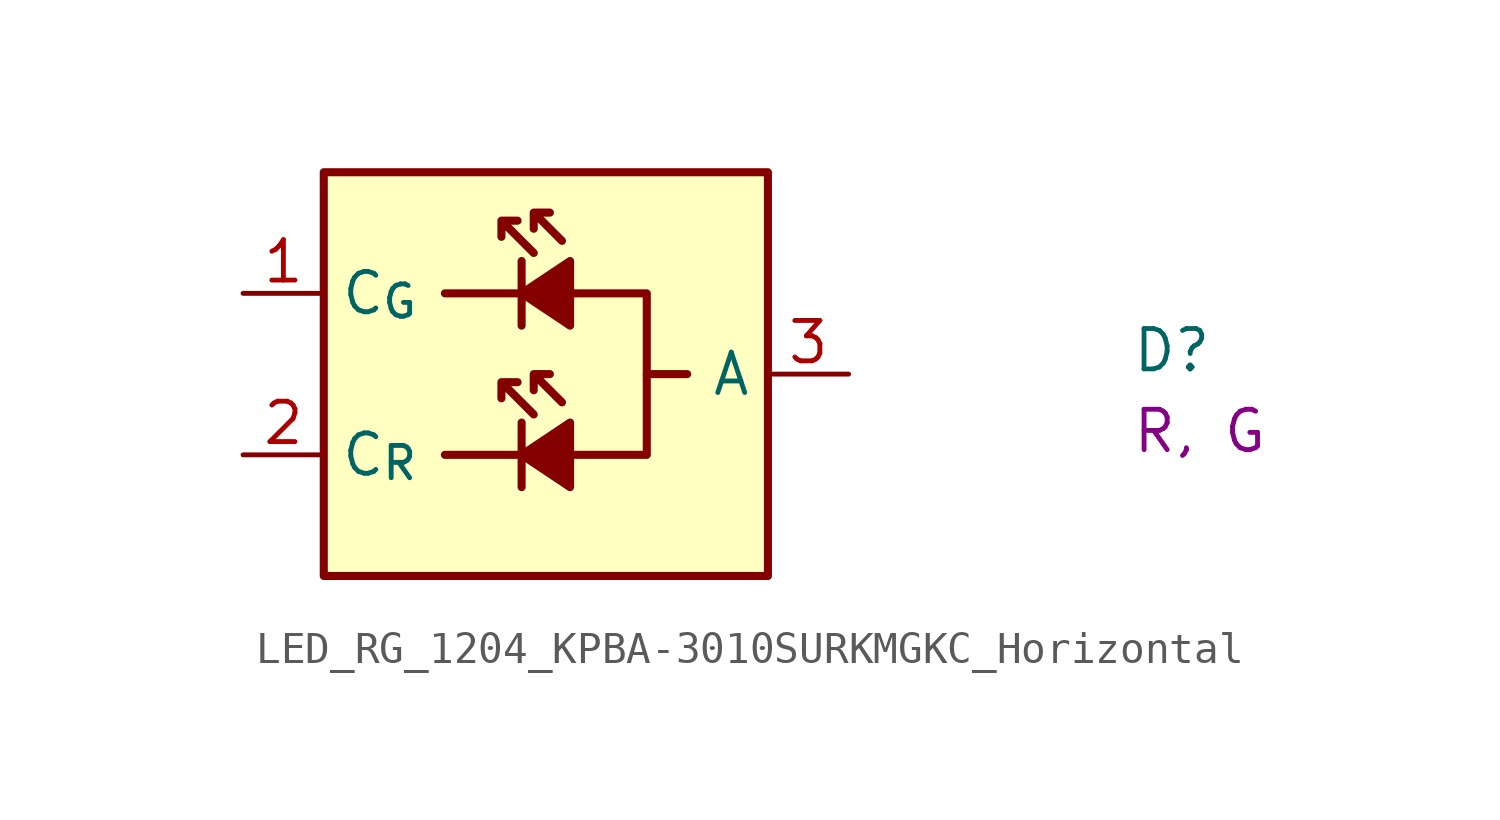
<source format=kicad_sym>
(kicad_symbol_lib
  (version 20220914)
  (generator kicad_symbol_editor)
  (symbol "LED_RG_1204_KPBA-3010SURKMGKC_Horizontal"
    (property "Reference" "D"
      (at 27.94 -2.54 0)
      (effects (font (size 1.27 1.27) (thickness 0.15)) (justify left bottom)))
    (property "Color" "R, G"
      (at 27.94 -5.08 0)
      (effects (font (size 1.27 1.27)) (justify left bottom)))
    (symbol "LED_RG_1204_KPBA-3010SURKMGKC_Horizontal_1_1"
      (polyline (pts (xy 6.35 -5.08) (xy 8.89 -5.08)) (stroke (width 0.254) (type default)) (fill (type none)))
      (polyline (pts (xy 6.35 0) (xy 8.89 0)) (stroke (width 0.254) (type default)) (fill (type none)))
      (polyline (pts (xy 8.763 -4.064) (xy 8.763 -6.096)) (stroke (width 0.254) (type default)) (fill (type none)))
      (polyline (pts (xy 8.763 1.016) (xy 8.763 -1.016)) (stroke (width 0.254) (type default)) (fill (type none)))
      (polyline (pts (xy 12.7 -2.54) (xy 13.97 -2.54)) (stroke (width 0.254) (type default)) (fill (type none)))
      (polyline (pts (xy 10.16 -5.08) (xy 12.7 -5.08) (xy 12.7 0) (xy 10.16 0)) (stroke (width 0.254) (type default)) (fill (type none)))
      (polyline (pts (xy 10.287 -4.064) (xy 10.287 -6.096) (xy 8.763 -5.08) (xy 10.287 -4.064)) (stroke (width 0.254) (type default)) (fill (type outline)))
      (polyline (pts (xy 10.287 1.016) (xy 10.287 -1.016) (xy 8.763 0) (xy 10.287 1.016)) (stroke (width 0.254) (type default)) (fill (type outline)))
      (polyline (pts (xy 8.128 -2.794) (xy 8.128 -3.302) (xy 8.128 -2.794) (xy 8.636 -2.794) (xy 8.128 -2.794) (xy 9.144 -3.81)) (stroke (width 0.254) (type default)) (fill (type none)))
      (polyline (pts (xy 8.128 2.286) (xy 8.128 1.778) (xy 8.128 2.286) (xy 8.636 2.286) (xy 8.128 2.286) (xy 9.144 1.27)) (stroke (width 0.254) (type default)) (fill (type none)))
      (polyline (pts (xy 9.144 -2.54) (xy 9.144 -3.048) (xy 9.144 -2.54) (xy 9.652 -2.54) (xy 9.144 -2.54) (xy 10.033 -3.429)) (stroke (width 0.254) (type default)) (fill (type none)))
      (polyline (pts (xy 9.144 2.54) (xy 9.144 2.032) (xy 9.144 2.54) (xy 9.652 2.54) (xy 9.144 2.54) (xy 10.033 1.651)) (stroke (width 0.254) (type default)) (fill (type none)))
      (rectangle (start 2.54 3.81) (end 16.51 -8.89) (stroke (width 0.254) (type default)) (fill (type background)))
      (pin passive line (at 0 0 0) (length 2.54) (name "C_{G}" (effects (font (size 1.27 1.27)))) (number "1" (effects (font (size 1.27 1.27)))))
      (pin passive line (at 0 -5.08 0) (length 2.54) (name "C_{R}" (effects (font (size 1.27 1.27)))) (number "2" (effects (font (size 1.27 1.27)))))
      (pin passive line (at 19.05 -2.54 180) (length 2.54) (name "A" (effects (font (size 1.27 1.27)))) (number "3" (effects (font (size 1.27 1.27))))))))
</source>
